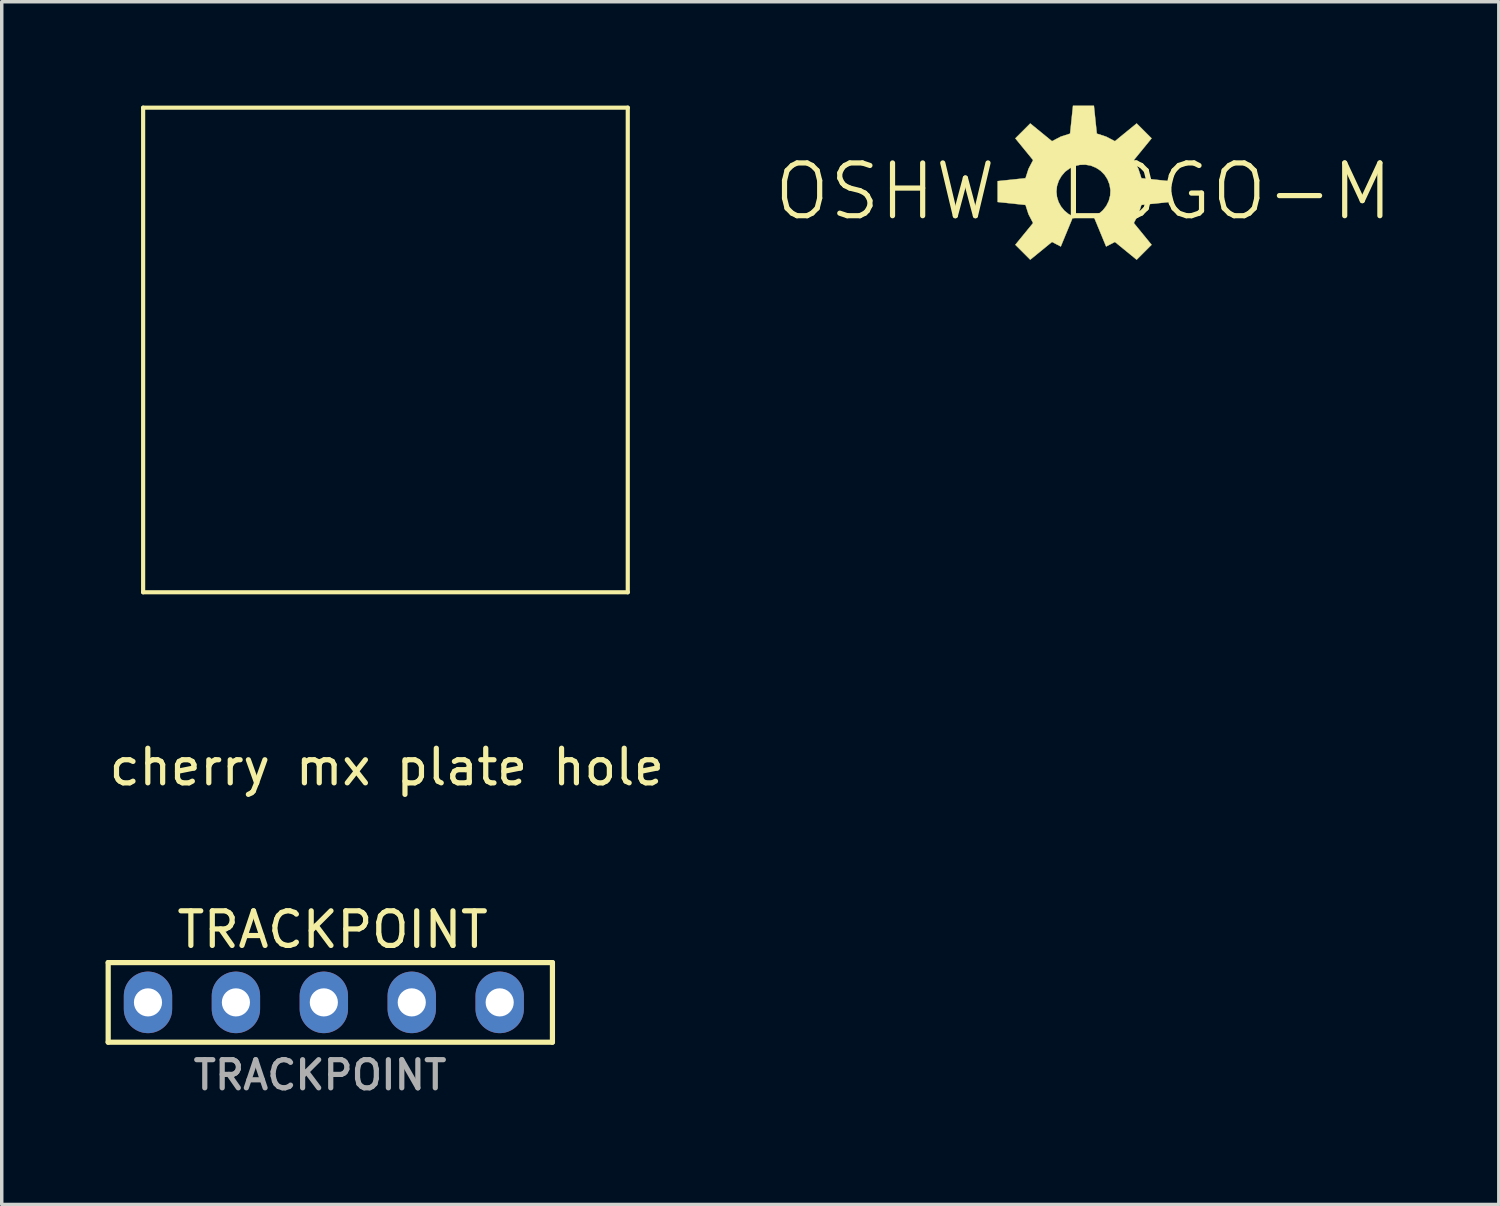
<source format=kicad_pcb>
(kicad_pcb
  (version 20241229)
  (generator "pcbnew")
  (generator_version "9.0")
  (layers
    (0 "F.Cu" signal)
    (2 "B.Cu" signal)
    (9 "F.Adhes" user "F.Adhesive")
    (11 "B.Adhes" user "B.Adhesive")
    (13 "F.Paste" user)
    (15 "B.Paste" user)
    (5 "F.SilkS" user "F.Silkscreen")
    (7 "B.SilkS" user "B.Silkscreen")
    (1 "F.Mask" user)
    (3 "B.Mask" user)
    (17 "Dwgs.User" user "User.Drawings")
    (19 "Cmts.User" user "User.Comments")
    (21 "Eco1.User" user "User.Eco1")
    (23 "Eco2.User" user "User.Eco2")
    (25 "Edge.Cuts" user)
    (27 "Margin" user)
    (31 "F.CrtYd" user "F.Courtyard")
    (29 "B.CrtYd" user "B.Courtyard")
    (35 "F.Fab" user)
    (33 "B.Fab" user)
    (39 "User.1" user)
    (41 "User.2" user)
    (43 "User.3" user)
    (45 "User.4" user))
  (footprint "cherry mx plate hole"
    (layer "F.Cu")
    (at 8.085 7.06)
    (property "Reference" "cherry mx plate hole" (at 0.04 12.05 0) (layer "F.SilkS") (effects (font (size 1 1) (thickness 0.15))))
    (attr through_hole)
    (fp_line (start -7 -7) (end 7 -7) (stroke (width 0.12) (type solid)) (layer "F.SilkS"))
    (fp_line (start -7 7) (end -7 -7) (stroke (width 0.12) (type solid)) (layer "F.SilkS"))
    (fp_line (start -7 7) (end 7 7) (stroke (width 0.12) (type solid)) (layer "F.SilkS"))
    (fp_line (start 7 -7) (end 7 7) (stroke (width 0.12) (type solid)) (layer "F.SilkS")))
  (footprint "TRACKPOINT"
    (layer "F.Cu")
    (at 1.225 25.907)
    (property "Reference" "TRACKPOINT" (at 4.97 2.1 180) (layer "F.Fab") (effects (font (size 0.813 0.813) (thickness 0.15))))
    (attr through_hole)
    (fp_line (start -1.15 -1.15) (end 11.684 -1.15) (stroke (width 0.15) (type solid)) (layer "F.SilkS"))
    (fp_line (start -1.15 1.15) (end -1.15 -1.15) (stroke (width 0.15) (type solid)) (layer "F.SilkS"))
    (fp_line (start -1.15 1.15) (end 11.684 1.15) (stroke (width 0.15) (type solid)) (layer "F.SilkS"))
    (fp_line (start 11.684 -1.15) (end 11.684 1.15) (stroke (width 0.15) (type solid)) (layer "F.SilkS"))
    (fp_text user "TRACKPOINT" (at 5.334 -2.1 0) (layer "F.SilkS") (effects (font (size 1 1) (thickness 0.15))))
    (pad "1" thru_hole oval (at 0 0) (size 1.397 1.778) (drill 0.813) (layers "*.Cu" "B.Mask"))
    (pad "2" thru_hole oval (at 2.54 0) (size 1.397 1.778) (drill 0.813) (layers "*.Cu" "B.Mask"))
    (pad "3" thru_hole oval (at 5.08 0) (size 1.397 1.778) (drill 0.813) (layers "*.Cu" "B.Mask"))
    (pad "4" thru_hole oval (at 7.62 0) (size 1.397 1.778) (drill 0.813) (layers "*.Cu" "B.Mask"))
    (pad "5" thru_hole oval (at 10.16 0) (size 1.397 1.778) (drill 0.813) (layers "*.Cu" "B.Mask")))
  (footprint "OSHW-LOGO-M"
    (layer "F.Cu")
    (at 28.249 2.484)
    (property "Reference" "OSHW-LOGO-M" (at 0 0 0) (layer "F.SilkS") (effects (font (size 1.524 1.524) (thickness 0.15))))
    (attr exclude_from_pos_files exclude_from_bom)
    (fp_poly (pts (xy 0.655 1.587) (xy 0.909 1.455) (xy 1.537 1.968) (xy 1.968 1.537) (xy 1.455 0.909) (xy 1.587 0.655) (xy 1.674 0.386) (xy 2.479 0.302) (xy 2.479 -0.302) (xy 1.674 -0.386) (xy 1.587 -0.655) (xy 1.455 -0.909) (xy 1.968 -1.537) (xy 1.537 -1.968) (xy 0.909 -1.455) (xy 0.655 -1.587) (xy 0.386 -1.674) (xy 0.302 -2.479) (xy -0.302 -2.479) (xy -0.386 -1.674) (xy -0.655 -1.587) (xy -0.909 -1.455) (xy -1.537 -1.968) (xy -1.968 -1.537) (xy -1.455 -0.909) (xy -1.587 -0.655) (xy -1.674 -0.386) (xy -2.479 -0.302) (xy -2.479 0.302) (xy -1.674 0.386) (xy -1.587 0.655) (xy -1.455 0.909) (xy -1.968 1.537) (xy -1.537 1.968) (xy -0.909 1.455) (xy -0.655 1.587) (xy -0.297 0.721) (xy -0.432 0.648) (xy -0.551 0.551) (xy -0.648 0.432) (xy -0.721 0.297) (xy -0.765 0.152) (xy -0.78 0) (xy -0.765 -0.157) (xy -0.714 -0.312) (xy -0.635 -0.45) (xy -0.531 -0.572) (xy -0.401 -0.668) (xy -0.257 -0.737) (xy -0.102 -0.772) (xy 0.056 -0.777) (xy 0.216 -0.749) (xy 0.363 -0.688) (xy 0.498 -0.599) (xy 0.61 -0.485) (xy 0.696 -0.351) (xy 0.754 -0.201) (xy 0.78 -0.043) (xy 0.772 0.114) (xy 0.732 0.269) (xy 0.66 0.414) (xy 0.561 0.541) (xy 0.439 0.645) (xy 0.297 0.721)) (stroke (width 0.01) (type solid)) (fill yes) (layer "F.SilkS")))
  (gr_rect
    (start -3 -3)
    (end 40.248 31.745)
    (stroke (width 0.1) (type default))
    (fill no)
    (layer "Edge.Cuts")))
</source>
